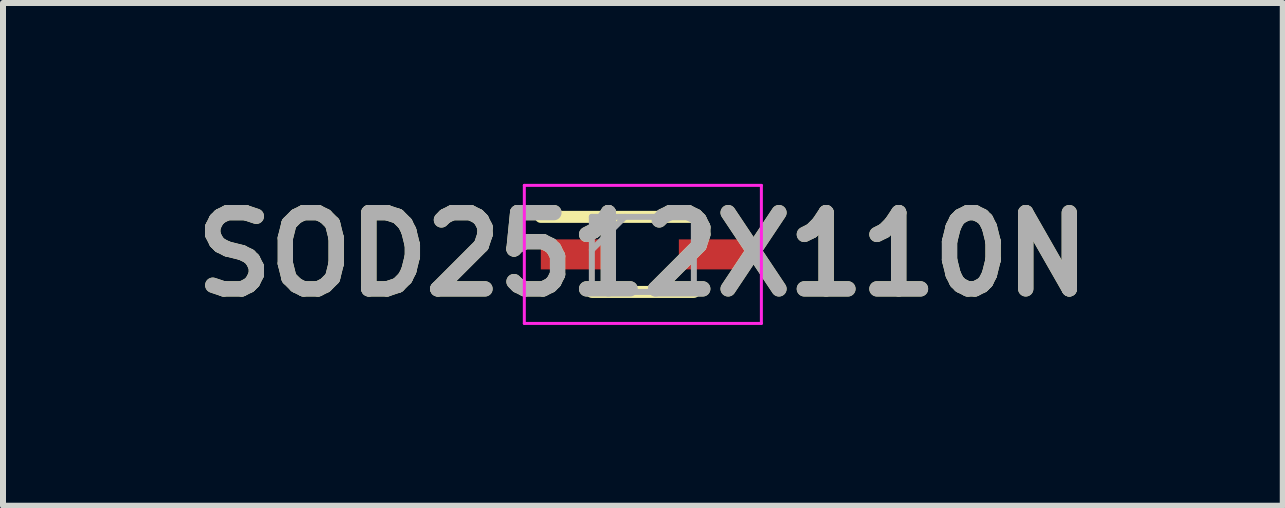
<source format=kicad_pcb>
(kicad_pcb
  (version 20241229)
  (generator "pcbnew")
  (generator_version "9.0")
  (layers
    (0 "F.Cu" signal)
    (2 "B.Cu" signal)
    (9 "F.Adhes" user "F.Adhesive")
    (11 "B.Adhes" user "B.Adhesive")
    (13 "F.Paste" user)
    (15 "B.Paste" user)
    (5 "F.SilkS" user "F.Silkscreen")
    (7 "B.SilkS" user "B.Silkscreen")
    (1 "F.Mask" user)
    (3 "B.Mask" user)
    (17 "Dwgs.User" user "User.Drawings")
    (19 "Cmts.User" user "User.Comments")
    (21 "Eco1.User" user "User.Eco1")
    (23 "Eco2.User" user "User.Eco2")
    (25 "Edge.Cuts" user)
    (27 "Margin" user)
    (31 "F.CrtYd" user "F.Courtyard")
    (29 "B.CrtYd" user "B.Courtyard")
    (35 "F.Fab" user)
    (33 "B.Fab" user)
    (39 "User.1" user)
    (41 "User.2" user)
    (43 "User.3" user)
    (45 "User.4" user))
  (footprint "SOD2512X110N"
    (layer "F.Cu")
    (at 7.662 1.189)
    (property "Reference" "SOD2512X110N" (at 0 0 0) (layer "F.SilkS") (effects (font (size 1.27 1.27) (thickness 0.254))))
    (attr smd)
    (fp_line (start -1.7 -0.625) (end 0.85 -0.625) (stroke (width 0.2) (type solid)) (layer "F.SilkS"))
    (fp_line (start -0.85 0.625) (end 0.85 0.625) (stroke (width 0.2) (type solid)) (layer "F.SilkS"))
    (fp_line (start -1.975 -1.15) (end 1.975 -1.15) (stroke (width 0.05) (type solid)) (layer "F.CrtYd"))
    (fp_line (start -1.975 1.15) (end -1.975 -1.15) (stroke (width 0.05) (type solid)) (layer "F.CrtYd"))
    (fp_line (start 1.975 -1.15) (end 1.975 1.15) (stroke (width 0.05) (type solid)) (layer "F.CrtYd"))
    (fp_line (start 1.975 1.15) (end -1.975 1.15) (stroke (width 0.05) (type solid)) (layer "F.CrtYd"))
    (fp_line (start -0.85 -0.625) (end 0.85 -0.625) (stroke (width 0.1) (type solid)) (layer "F.Fab"))
    (fp_line (start -0.85 -0.075) (end -0.3 -0.625) (stroke (width 0.1) (type solid)) (layer "F.Fab"))
    (fp_line (start -0.85 0.625) (end -0.85 -0.625) (stroke (width 0.1) (type solid)) (layer "F.Fab"))
    (fp_line (start 0.85 -0.625) (end 0.85 0.625) (stroke (width 0.1) (type solid)) (layer "F.Fab"))
    (fp_line (start 0.85 0.625) (end -0.85 0.625) (stroke (width 0.1) (type solid)) (layer "F.Fab"))
    (fp_text user "${REFERENCE}" (at 0 0 0) (layer "F.Fab") (effects (font (size 1.27 1.27) (thickness 0.254))))
    (pad "1" smd rect (at -1.15 0 90) (size 0.5 1.1) (layers "F.Cu" "F.Mask" "F.Paste"))
    (pad "2" smd rect (at 1.15 0 90) (size 0.5 1.1) (layers "F.Cu" "F.Mask" "F.Paste")))
  (gr_rect
    (start -3 -3)
    (end 18.325 5.377)
    (stroke (width 0.1) (type default))
    (fill no)
    (layer "Edge.Cuts")))
</source>
